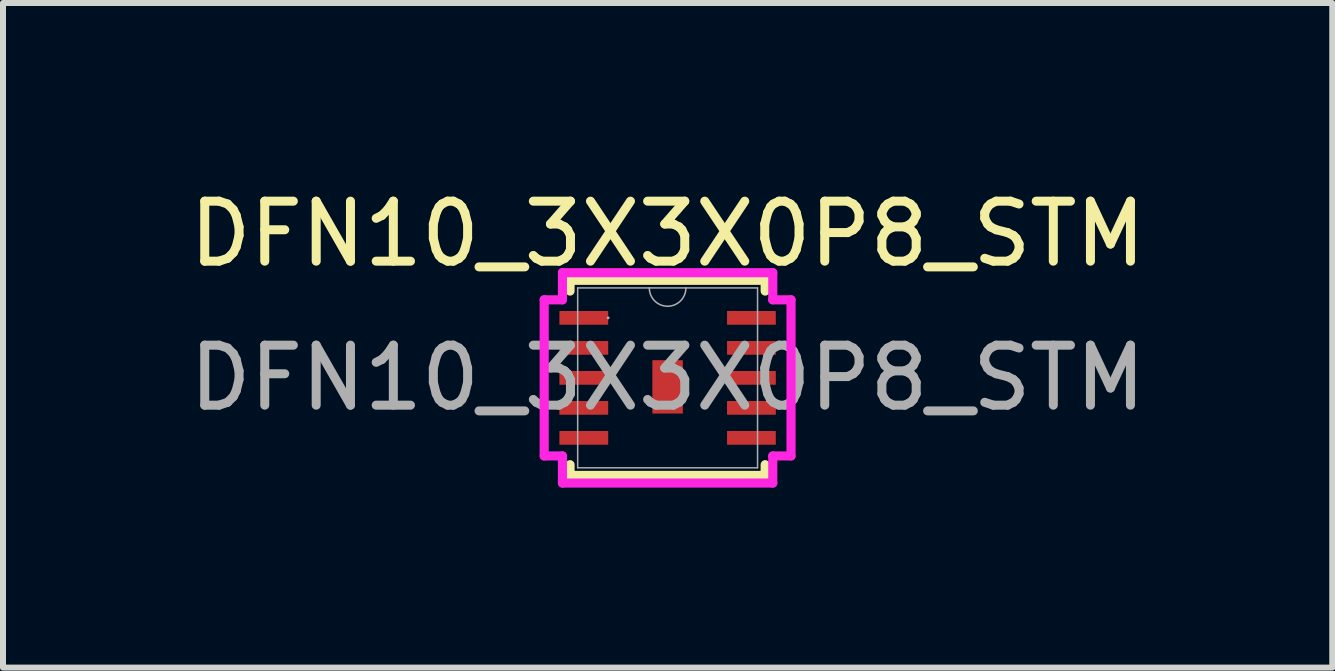
<source format=kicad_pcb>
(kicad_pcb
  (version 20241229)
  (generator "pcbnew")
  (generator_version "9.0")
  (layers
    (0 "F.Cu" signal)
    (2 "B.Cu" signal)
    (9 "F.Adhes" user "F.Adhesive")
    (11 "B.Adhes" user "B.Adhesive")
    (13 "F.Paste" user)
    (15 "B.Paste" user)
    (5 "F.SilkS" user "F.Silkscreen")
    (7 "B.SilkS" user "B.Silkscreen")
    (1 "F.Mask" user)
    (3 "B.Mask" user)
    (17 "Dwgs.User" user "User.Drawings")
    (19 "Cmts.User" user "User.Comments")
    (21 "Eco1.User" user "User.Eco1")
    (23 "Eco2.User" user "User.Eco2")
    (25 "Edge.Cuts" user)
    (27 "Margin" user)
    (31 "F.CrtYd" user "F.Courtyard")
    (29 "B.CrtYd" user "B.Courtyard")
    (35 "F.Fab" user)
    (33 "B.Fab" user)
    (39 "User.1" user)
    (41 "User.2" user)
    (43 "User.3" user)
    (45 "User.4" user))
  (footprint "DFN10_3X3X0P8_STM"
    (layer "F.Cu")
    (at 8.077 3.248)
    (property "Reference" "DFN10_3X3X0P8_STM" (at 0 -2.4 0) (unlocked yes) (layer "F.SilkS") (effects (font (size 1 1) (thickness 0.15))))
    (attr smd)
    (fp_line (start -1.626 -1.626) (end -1.626 -1.447) (stroke (width 0.152) (type solid)) (layer "F.SilkS"))
    (fp_line (start -1.626 1.447) (end -1.626 1.626) (stroke (width 0.152) (type solid)) (layer "F.SilkS"))
    (fp_line (start -1.626 1.626) (end 1.626 1.626) (stroke (width 0.152) (type solid)) (layer "F.SilkS"))
    (fp_line (start 1.626 -1.626) (end -1.626 -1.626) (stroke (width 0.152) (type solid)) (layer "F.SilkS"))
    (fp_line (start 1.626 -1.447) (end 1.626 -1.626) (stroke (width 0.152) (type solid)) (layer "F.SilkS"))
    (fp_line (start 1.626 1.626) (end 1.626 1.447) (stroke (width 0.152) (type solid)) (layer "F.SilkS"))
    (fp_line (start -2.057 -1.301) (end -1.753 -1.301) (stroke (width 0.152) (type solid)) (layer "F.CrtYd"))
    (fp_line (start -2.057 1.301) (end -2.057 -1.301) (stroke (width 0.152) (type solid)) (layer "F.CrtYd"))
    (fp_line (start -2.057 1.301) (end -1.753 1.301) (stroke (width 0.152) (type solid)) (layer "F.CrtYd"))
    (fp_line (start -1.753 -1.753) (end 1.753 -1.753) (stroke (width 0.152) (type solid)) (layer "F.CrtYd"))
    (fp_line (start -1.753 -1.301) (end -1.753 -1.753) (stroke (width 0.152) (type solid)) (layer "F.CrtYd"))
    (fp_line (start -1.753 1.753) (end -1.753 1.301) (stroke (width 0.152) (type solid)) (layer "F.CrtYd"))
    (fp_line (start 1.753 -1.753) (end 1.753 -1.301) (stroke (width 0.152) (type solid)) (layer "F.CrtYd"))
    (fp_line (start 1.753 1.301) (end 1.753 1.753) (stroke (width 0.152) (type solid)) (layer "F.CrtYd"))
    (fp_line (start 1.753 1.753) (end -1.753 1.753) (stroke (width 0.152) (type solid)) (layer "F.CrtYd"))
    (fp_line (start 2.057 -1.301) (end 1.753 -1.301) (stroke (width 0.152) (type solid)) (layer "F.CrtYd"))
    (fp_line (start 2.057 -1.301) (end 2.057 1.301) (stroke (width 0.152) (type solid)) (layer "F.CrtYd"))
    (fp_line (start 2.057 1.301) (end 1.753 1.301) (stroke (width 0.152) (type solid)) (layer "F.CrtYd"))
    (fp_line (start -1.499 -1.499) (end -1.499 1.499) (stroke (width 0.025) (type solid)) (layer "F.Fab"))
    (fp_line (start -1.499 1.499) (end 1.499 1.499) (stroke (width 0.025) (type solid)) (layer "F.Fab"))
    (fp_line (start 1.499 -1.499) (end -1.499 -1.499) (stroke (width 0.025) (type solid)) (layer "F.Fab"))
    (fp_line (start 1.499 1.499) (end 1.499 -1.499) (stroke (width 0.025) (type solid)) (layer "F.Fab"))
    (fp_arc (start 0.3048 -1.4986) (mid 0 -1.1938) (end -0.3048 -1.4986) (stroke (width 0.0254) (type solid)) (layer "F.Fab"))
    (fp_circle (center -0.991 -1) (end -0.991 -1) (stroke (width 0.025) (type solid)) (fill no) (layer "F.Fab"))
    (fp_text user "${REFERENCE}" (at 0 0 0) (unlocked yes) (layer "F.Fab") (effects (font (size 1 1) (thickness 0.15))))
    (pad "1" smd rect (at -1.397 -1) (size 0.813 0.229) (layers "F.Cu" "F.Mask" "F.Paste"))
    (pad "2" smd rect (at -1.397 -0.5) (size 0.813 0.229) (layers "F.Cu" "F.Mask" "F.Paste"))
    (pad "3" smd rect (at -1.397 0) (size 0.813 0.229) (layers "F.Cu" "F.Mask" "F.Paste"))
    (pad "4" smd rect (at -1.397 0.5) (size 0.813 0.229) (layers "F.Cu" "F.Mask" "F.Paste"))
    (pad "5" smd rect (at -1.397 1) (size 0.813 0.229) (layers "F.Cu" "F.Mask" "F.Paste"))
    (pad "6" smd rect (at 1.397 1) (size 0.813 0.229) (layers "F.Cu" "F.Mask" "F.Paste"))
    (pad "7" smd rect (at 1.397 0.5) (size 0.813 0.229) (layers "F.Cu" "F.Mask" "F.Paste"))
    (pad "8" smd rect (at 1.397 0) (size 0.813 0.229) (layers "F.Cu" "F.Mask" "F.Paste"))
    (pad "9" smd rect (at 1.397 -0.5) (size 0.813 0.229) (layers "F.Cu" "F.Mask" "F.Paste"))
    (pad "10" smd rect (at 1.397 -1) (size 0.813 0.229) (layers "F.Cu" "F.Mask" "F.Paste"))
    (pad "11" smd rect (at 0 0.15) (size 0.508 0.889) (layers "F.Cu" "F.Mask" "F.Paste")))
  (gr_rect
    (start -3 -3)
    (end 19.155 8.077)
    (stroke (width 0.1) (type default))
    (fill no)
    (layer "Edge.Cuts")))
</source>
